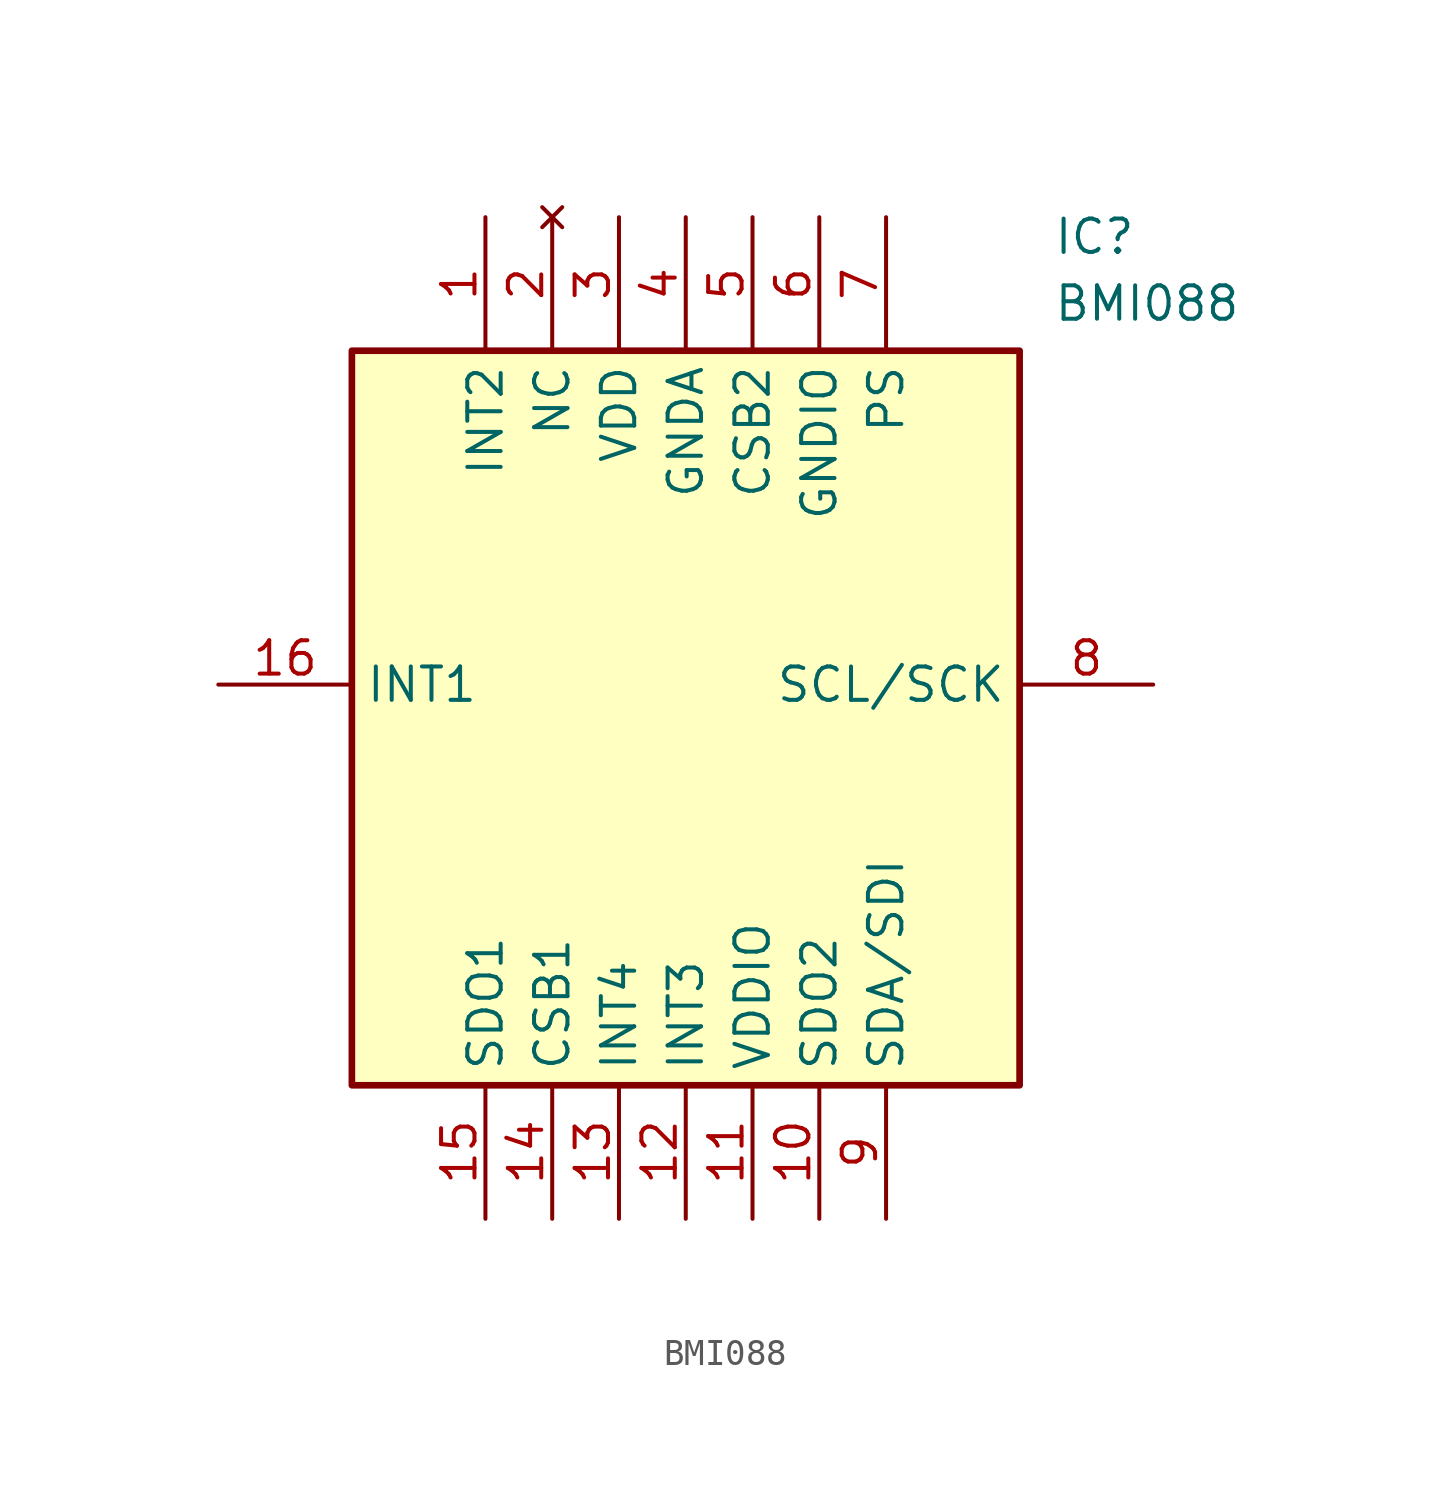
<source format=kicad_sym>
(kicad_symbol_lib
  (version 20211014)
  (generator SamacSys_ECAD_Model)
  (symbol "BMI088"
    (property "Reference" "IC"
      (at 31.75 17.78 0)
      (effects (font (size 1.27 1.27)) (justify left top)))
    (property "Value" "BMI088"
      (at 31.75 15.24 0)
      (effects (font (size 1.27 1.27)) (justify left top)))
    (rectangle
      (start 5.08 12.7)
      (end 30.48 -15.24)
      (stroke (width 0.254) (type default))
      (fill (type background)))
    (pin passive line
      (at 10.16 17.78 270)
      (length 5.08)
      (name "INT2" (effects (font (size 1.27 1.27))))
      (number "1" (effects (font (size 1.27 1.27)))))
    (pin no_connect line
      (at 12.7 17.78 270)
      (length 5.08)
      (name "NC" (effects (font (size 1.27 1.27))))
      (number "2" (effects (font (size 1.27 1.27)))))
    (pin passive line
      (at 15.24 17.78 270)
      (length 5.08)
      (name "VDD" (effects (font (size 1.27 1.27))))
      (number "3" (effects (font (size 1.27 1.27)))))
    (pin passive line
      (at 17.78 17.78 270)
      (length 5.08)
      (name "GNDA" (effects (font (size 1.27 1.27))))
      (number "4" (effects (font (size 1.27 1.27)))))
    (pin passive line
      (at 20.32 17.78 270)
      (length 5.08)
      (name "CSB2" (effects (font (size 1.27 1.27))))
      (number "5" (effects (font (size 1.27 1.27)))))
    (pin passive line
      (at 22.86 17.78 270)
      (length 5.08)
      (name "GNDIO" (effects (font (size 1.27 1.27))))
      (number "6" (effects (font (size 1.27 1.27)))))
    (pin passive line
      (at 25.4 17.78 270)
      (length 5.08)
      (name "PS" (effects (font (size 1.27 1.27))))
      (number "7" (effects (font (size 1.27 1.27)))))
    (pin passive line
      (at 35.56 0 180)
      (length 5.08)
      (name "SCL/SCK" (effects (font (size 1.27 1.27))))
      (number "8" (effects (font (size 1.27 1.27)))))
    (pin passive line
      (at 25.4 -20.32 90)
      (length 5.08)
      (name "SDA/SDI" (effects (font (size 1.27 1.27))))
      (number "9" (effects (font (size 1.27 1.27)))))
    (pin passive line
      (at 22.86 -20.32 90)
      (length 5.08)
      (name "SDO2" (effects (font (size 1.27 1.27))))
      (number "10" (effects (font (size 1.27 1.27)))))
    (pin passive line
      (at 20.32 -20.32 90)
      (length 5.08)
      (name "VDDIO" (effects (font (size 1.27 1.27))))
      (number "11" (effects (font (size 1.27 1.27)))))
    (pin passive line
      (at 17.78 -20.32 90)
      (length 5.08)
      (name "INT3" (effects (font (size 1.27 1.27))))
      (number "12" (effects (font (size 1.27 1.27)))))
    (pin passive line
      (at 15.24 -20.32 90)
      (length 5.08)
      (name "INT4" (effects (font (size 1.27 1.27))))
      (number "13" (effects (font (size 1.27 1.27)))))
    (pin passive line
      (at 12.7 -20.32 90)
      (length 5.08)
      (name "CSB1" (effects (font (size 1.27 1.27))))
      (number "14" (effects (font (size 1.27 1.27)))))
    (pin passive line
      (at 10.16 -20.32 90)
      (length 5.08)
      (name "SDO1" (effects (font (size 1.27 1.27))))
      (number "15" (effects (font (size 1.27 1.27)))))
    (pin passive line
      (at 0 0 0)
      (length 5.08)
      (name "INT1" (effects (font (size 1.27 1.27))))
      (number "16" (effects (font (size 1.27 1.27)))))))
</source>
